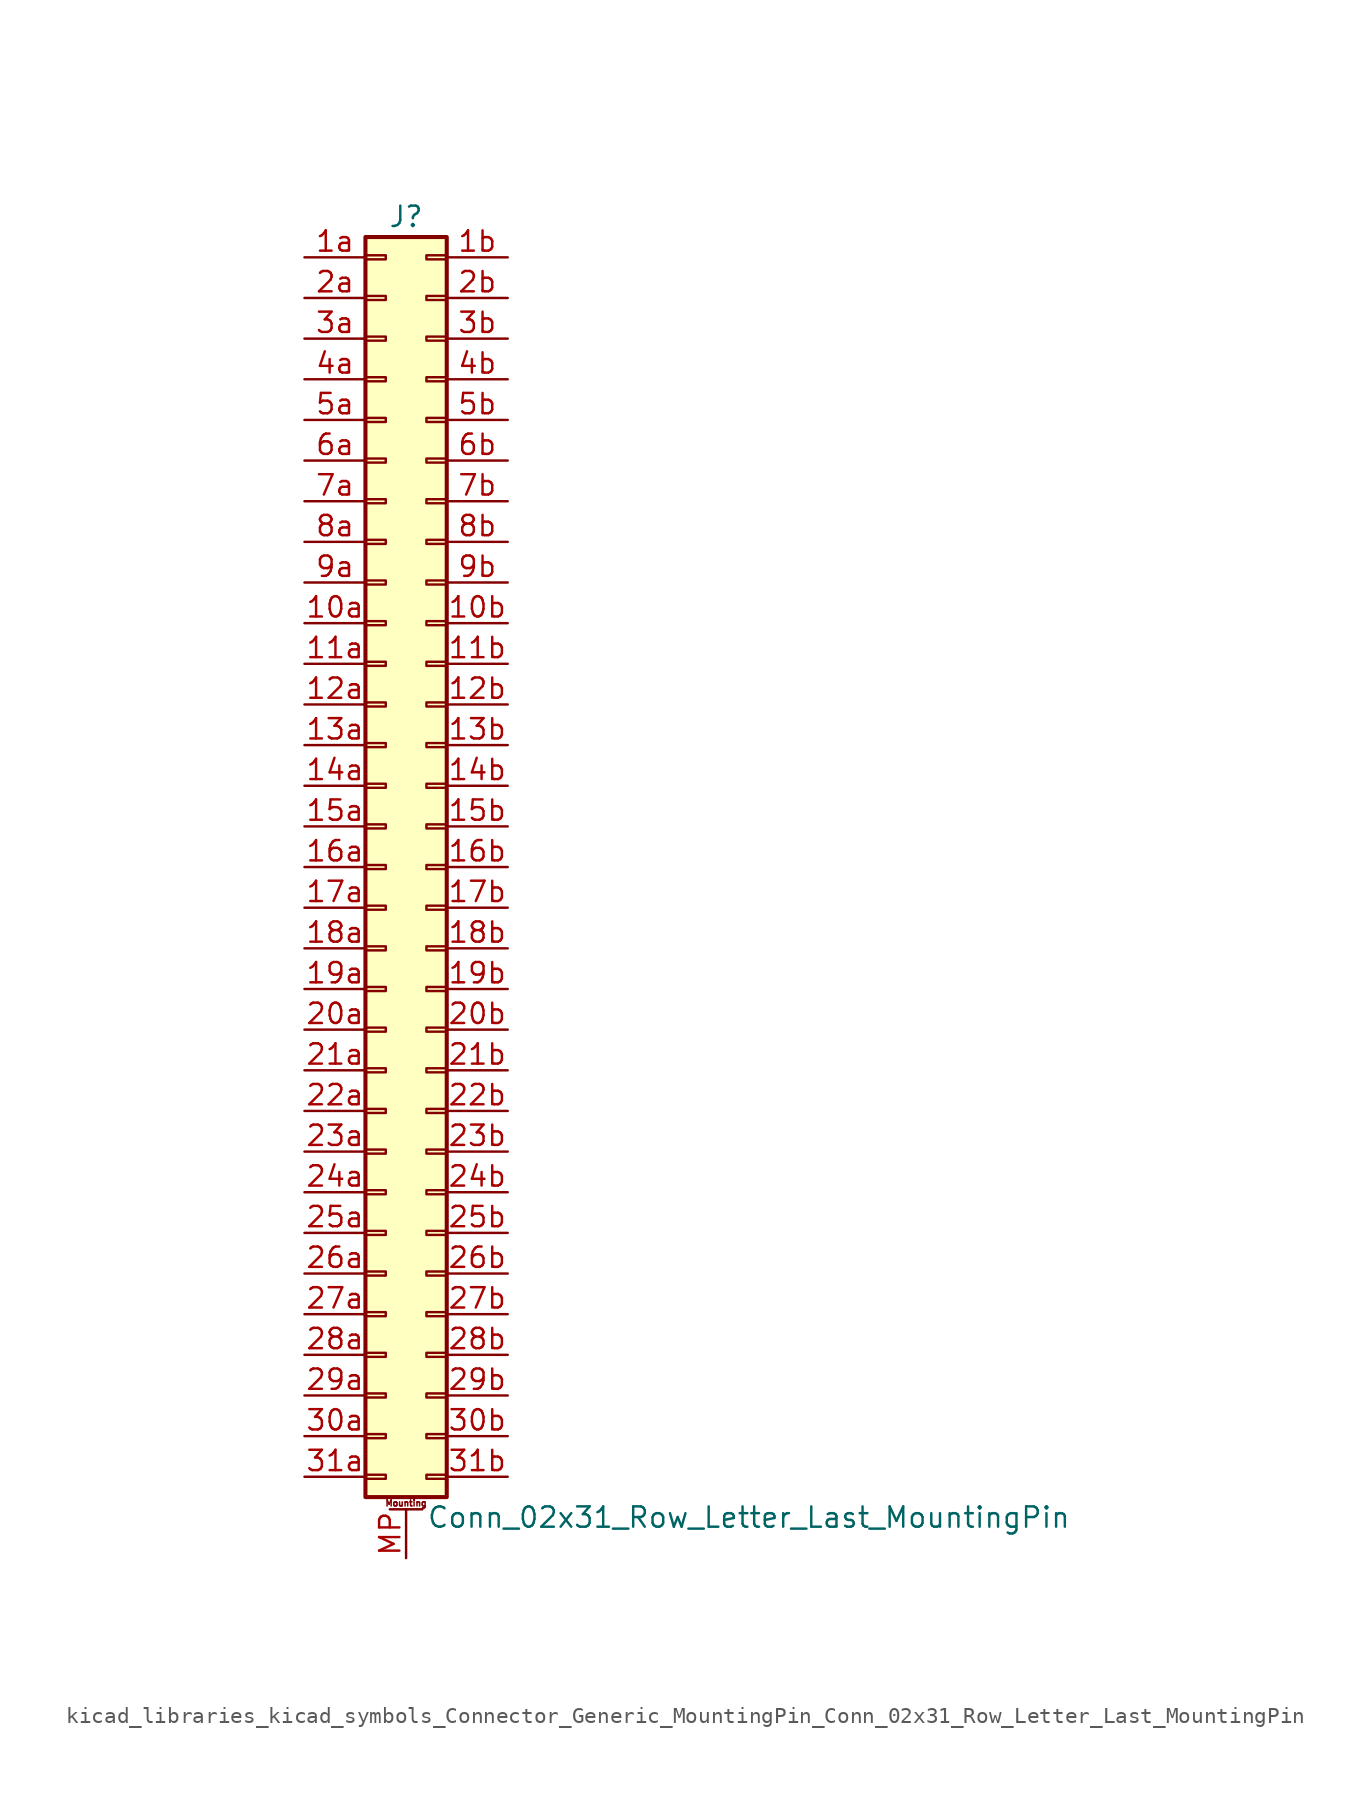
<source format=kicad_sym>
(kicad_symbol_lib
  (version 20220914)
  (generator kicad_symbol_editor)
  (symbol "kicad_libraries_kicad_symbols_Connector_Generic_MountingPin_Conn_02x31_Row_Letter_Last_MountingPin"
    (pin_names
      (offset 1.016) hide)
    (property "Reference" "J"
      (at 1.27 40.64 0)
      (effects (font (size 1.27 1.27))))
    (property "Value" "Conn_02x31_Row_Letter_Last_MountingPin"
      (at 2.54 -40.64 0)
      (effects (font (size 1.27 1.27)) (justify left)))
    (symbol "kicad_libraries_kicad_symbols_Connector_Generic_MountingPin_Conn_02x31_Row_Letter_Last_MountingPin_1_1"
      (rectangle (start -1.27 -37.973) (end 0 -38.227) (stroke (width 0.152) (type default)) (fill (type none)))
      (rectangle (start -1.27 -35.433) (end 0 -35.687) (stroke (width 0.152) (type default)) (fill (type none)))
      (rectangle (start -1.27 -32.893) (end 0 -33.147) (stroke (width 0.152) (type default)) (fill (type none)))
      (rectangle (start -1.27 -30.353) (end 0 -30.607) (stroke (width 0.152) (type default)) (fill (type none)))
      (rectangle (start -1.27 -27.813) (end 0 -28.067) (stroke (width 0.152) (type default)) (fill (type none)))
      (rectangle (start -1.27 -25.273) (end 0 -25.527) (stroke (width 0.152) (type default)) (fill (type none)))
      (rectangle (start -1.27 -22.733) (end 0 -22.987) (stroke (width 0.152) (type default)) (fill (type none)))
      (rectangle (start -1.27 -20.193) (end 0 -20.447) (stroke (width 0.152) (type default)) (fill (type none)))
      (rectangle (start -1.27 -17.653) (end 0 -17.907) (stroke (width 0.152) (type default)) (fill (type none)))
      (rectangle (start -1.27 -15.113) (end 0 -15.367) (stroke (width 0.152) (type default)) (fill (type none)))
      (rectangle (start -1.27 -12.573) (end 0 -12.827) (stroke (width 0.152) (type default)) (fill (type none)))
      (rectangle (start -1.27 -10.033) (end 0 -10.287) (stroke (width 0.152) (type default)) (fill (type none)))
      (rectangle (start -1.27 -7.493) (end 0 -7.747) (stroke (width 0.152) (type default)) (fill (type none)))
      (rectangle (start -1.27 -4.953) (end 0 -5.207) (stroke (width 0.152) (type default)) (fill (type none)))
      (rectangle (start -1.27 -2.413) (end 0 -2.667) (stroke (width 0.152) (type default)) (fill (type none)))
      (rectangle (start -1.27 0.127) (end 0 -0.127) (stroke (width 0.152) (type default)) (fill (type none)))
      (rectangle (start -1.27 2.667) (end 0 2.413) (stroke (width 0.152) (type default)) (fill (type none)))
      (rectangle (start -1.27 5.207) (end 0 4.953) (stroke (width 0.152) (type default)) (fill (type none)))
      (rectangle (start -1.27 7.747) (end 0 7.493) (stroke (width 0.152) (type default)) (fill (type none)))
      (rectangle (start -1.27 10.287) (end 0 10.033) (stroke (width 0.152) (type default)) (fill (type none)))
      (rectangle (start -1.27 12.827) (end 0 12.573) (stroke (width 0.152) (type default)) (fill (type none)))
      (rectangle (start -1.27 15.367) (end 0 15.113) (stroke (width 0.152) (type default)) (fill (type none)))
      (rectangle (start -1.27 17.907) (end 0 17.653) (stroke (width 0.152) (type default)) (fill (type none)))
      (rectangle (start -1.27 20.447) (end 0 20.193) (stroke (width 0.152) (type default)) (fill (type none)))
      (rectangle (start -1.27 22.987) (end 0 22.733) (stroke (width 0.152) (type default)) (fill (type none)))
      (rectangle (start -1.27 25.527) (end 0 25.273) (stroke (width 0.152) (type default)) (fill (type none)))
      (rectangle (start -1.27 28.067) (end 0 27.813) (stroke (width 0.152) (type default)) (fill (type none)))
      (rectangle (start -1.27 30.607) (end 0 30.353) (stroke (width 0.152) (type default)) (fill (type none)))
      (rectangle (start -1.27 33.147) (end 0 32.893) (stroke (width 0.152) (type default)) (fill (type none)))
      (rectangle (start -1.27 35.687) (end 0 35.433) (stroke (width 0.152) (type default)) (fill (type none)))
      (rectangle (start -1.27 38.227) (end 0 37.973) (stroke (width 0.152) (type default)) (fill (type none)))
      (rectangle (start -1.27 39.37) (end 3.81 -39.37) (stroke (width 0.254) (type default)) (fill (type background)))
      (polyline (pts (xy 0.254 -40.132) (xy 2.286 -40.132)) (stroke (width 0.152) (type default)) (fill (type none)))
      (rectangle (start 3.81 -37.973) (end 2.54 -38.227) (stroke (width 0.152) (type default)) (fill (type none)))
      (rectangle (start 3.81 -35.433) (end 2.54 -35.687) (stroke (width 0.152) (type default)) (fill (type none)))
      (rectangle (start 3.81 -32.893) (end 2.54 -33.147) (stroke (width 0.152) (type default)) (fill (type none)))
      (rectangle (start 3.81 -30.353) (end 2.54 -30.607) (stroke (width 0.152) (type default)) (fill (type none)))
      (rectangle (start 3.81 -27.813) (end 2.54 -28.067) (stroke (width 0.152) (type default)) (fill (type none)))
      (rectangle (start 3.81 -25.273) (end 2.54 -25.527) (stroke (width 0.152) (type default)) (fill (type none)))
      (rectangle (start 3.81 -22.733) (end 2.54 -22.987) (stroke (width 0.152) (type default)) (fill (type none)))
      (rectangle (start 3.81 -20.193) (end 2.54 -20.447) (stroke (width 0.152) (type default)) (fill (type none)))
      (rectangle (start 3.81 -17.653) (end 2.54 -17.907) (stroke (width 0.152) (type default)) (fill (type none)))
      (rectangle (start 3.81 -15.113) (end 2.54 -15.367) (stroke (width 0.152) (type default)) (fill (type none)))
      (rectangle (start 3.81 -12.573) (end 2.54 -12.827) (stroke (width 0.152) (type default)) (fill (type none)))
      (rectangle (start 3.81 -10.033) (end 2.54 -10.287) (stroke (width 0.152) (type default)) (fill (type none)))
      (rectangle (start 3.81 -7.493) (end 2.54 -7.747) (stroke (width 0.152) (type default)) (fill (type none)))
      (rectangle (start 3.81 -4.953) (end 2.54 -5.207) (stroke (width 0.152) (type default)) (fill (type none)))
      (rectangle (start 3.81 -2.413) (end 2.54 -2.667) (stroke (width 0.152) (type default)) (fill (type none)))
      (rectangle (start 3.81 0.127) (end 2.54 -0.127) (stroke (width 0.152) (type default)) (fill (type none)))
      (rectangle (start 3.81 2.667) (end 2.54 2.413) (stroke (width 0.152) (type default)) (fill (type none)))
      (rectangle (start 3.81 5.207) (end 2.54 4.953) (stroke (width 0.152) (type default)) (fill (type none)))
      (rectangle (start 3.81 7.747) (end 2.54 7.493) (stroke (width 0.152) (type default)) (fill (type none)))
      (rectangle (start 3.81 10.287) (end 2.54 10.033) (stroke (width 0.152) (type default)) (fill (type none)))
      (rectangle (start 3.81 12.827) (end 2.54 12.573) (stroke (width 0.152) (type default)) (fill (type none)))
      (rectangle (start 3.81 15.367) (end 2.54 15.113) (stroke (width 0.152) (type default)) (fill (type none)))
      (rectangle (start 3.81 17.907) (end 2.54 17.653) (stroke (width 0.152) (type default)) (fill (type none)))
      (rectangle (start 3.81 20.447) (end 2.54 20.193) (stroke (width 0.152) (type default)) (fill (type none)))
      (rectangle (start 3.81 22.987) (end 2.54 22.733) (stroke (width 0.152) (type default)) (fill (type none)))
      (rectangle (start 3.81 25.527) (end 2.54 25.273) (stroke (width 0.152) (type default)) (fill (type none)))
      (rectangle (start 3.81 28.067) (end 2.54 27.813) (stroke (width 0.152) (type default)) (fill (type none)))
      (rectangle (start 3.81 30.607) (end 2.54 30.353) (stroke (width 0.152) (type default)) (fill (type none)))
      (rectangle (start 3.81 33.147) (end 2.54 32.893) (stroke (width 0.152) (type default)) (fill (type none)))
      (rectangle (start 3.81 35.687) (end 2.54 35.433) (stroke (width 0.152) (type default)) (fill (type none)))
      (rectangle (start 3.81 38.227) (end 2.54 37.973) (stroke (width 0.152) (type default)) (fill (type none)))
      (text "Mounting" (at 1.27 -39.751 0) (effects (font (size 0.381 0.381))))
      (pin passive line (at -5.08 15.24 0) (length 3.81) (name "Pin_10a" (effects (font (size 1.27 1.27)))) (number "10a" (effects (font (size 1.27 1.27)))))
      (pin passive line (at 7.62 15.24 180) (length 3.81) (name "Pin_10b" (effects (font (size 1.27 1.27)))) (number "10b" (effects (font (size 1.27 1.27)))))
      (pin passive line (at -5.08 12.7 0) (length 3.81) (name "Pin_11a" (effects (font (size 1.27 1.27)))) (number "11a" (effects (font (size 1.27 1.27)))))
      (pin passive line (at 7.62 12.7 180) (length 3.81) (name "Pin_11b" (effects (font (size 1.27 1.27)))) (number "11b" (effects (font (size 1.27 1.27)))))
      (pin passive line (at -5.08 10.16 0) (length 3.81) (name "Pin_12a" (effects (font (size 1.27 1.27)))) (number "12a" (effects (font (size 1.27 1.27)))))
      (pin passive line (at 7.62 10.16 180) (length 3.81) (name "Pin_12b" (effects (font (size 1.27 1.27)))) (number "12b" (effects (font (size 1.27 1.27)))))
      (pin passive line (at -5.08 7.62 0) (length 3.81) (name "Pin_13a" (effects (font (size 1.27 1.27)))) (number "13a" (effects (font (size 1.27 1.27)))))
      (pin passive line (at 7.62 7.62 180) (length 3.81) (name "Pin_13b" (effects (font (size 1.27 1.27)))) (number "13b" (effects (font (size 1.27 1.27)))))
      (pin passive line (at -5.08 5.08 0) (length 3.81) (name "Pin_14a" (effects (font (size 1.27 1.27)))) (number "14a" (effects (font (size 1.27 1.27)))))
      (pin passive line (at 7.62 5.08 180) (length 3.81) (name "Pin_14b" (effects (font (size 1.27 1.27)))) (number "14b" (effects (font (size 1.27 1.27)))))
      (pin passive line (at -5.08 2.54 0) (length 3.81) (name "Pin_15a" (effects (font (size 1.27 1.27)))) (number "15a" (effects (font (size 1.27 1.27)))))
      (pin passive line (at 7.62 2.54 180) (length 3.81) (name "Pin_15b" (effects (font (size 1.27 1.27)))) (number "15b" (effects (font (size 1.27 1.27)))))
      (pin passive line (at -5.08 0 0) (length 3.81) (name "Pin_16a" (effects (font (size 1.27 1.27)))) (number "16a" (effects (font (size 1.27 1.27)))))
      (pin passive line (at 7.62 0 180) (length 3.81) (name "Pin_16b" (effects (font (size 1.27 1.27)))) (number "16b" (effects (font (size 1.27 1.27)))))
      (pin passive line (at -5.08 -2.54 0) (length 3.81) (name "Pin_17a" (effects (font (size 1.27 1.27)))) (number "17a" (effects (font (size 1.27 1.27)))))
      (pin passive line (at 7.62 -2.54 180) (length 3.81) (name "Pin_17b" (effects (font (size 1.27 1.27)))) (number "17b" (effects (font (size 1.27 1.27)))))
      (pin passive line (at -5.08 -5.08 0) (length 3.81) (name "Pin_18a" (effects (font (size 1.27 1.27)))) (number "18a" (effects (font (size 1.27 1.27)))))
      (pin passive line (at 7.62 -5.08 180) (length 3.81) (name "Pin_18b" (effects (font (size 1.27 1.27)))) (number "18b" (effects (font (size 1.27 1.27)))))
      (pin passive line (at -5.08 -7.62 0) (length 3.81) (name "Pin_19a" (effects (font (size 1.27 1.27)))) (number "19a" (effects (font (size 1.27 1.27)))))
      (pin passive line (at 7.62 -7.62 180) (length 3.81) (name "Pin_19b" (effects (font (size 1.27 1.27)))) (number "19b" (effects (font (size 1.27 1.27)))))
      (pin passive line (at -5.08 38.1 0) (length 3.81) (name "Pin_1a" (effects (font (size 1.27 1.27)))) (number "1a" (effects (font (size 1.27 1.27)))))
      (pin passive line (at 7.62 38.1 180) (length 3.81) (name "Pin_1b" (effects (font (size 1.27 1.27)))) (number "1b" (effects (font (size 1.27 1.27)))))
      (pin passive line (at -5.08 -10.16 0) (length 3.81) (name "Pin_20a" (effects (font (size 1.27 1.27)))) (number "20a" (effects (font (size 1.27 1.27)))))
      (pin passive line (at 7.62 -10.16 180) (length 3.81) (name "Pin_20b" (effects (font (size 1.27 1.27)))) (number "20b" (effects (font (size 1.27 1.27)))))
      (pin passive line (at -5.08 -12.7 0) (length 3.81) (name "Pin_21a" (effects (font (size 1.27 1.27)))) (number "21a" (effects (font (size 1.27 1.27)))))
      (pin passive line (at 7.62 -12.7 180) (length 3.81) (name "Pin_21b" (effects (font (size 1.27 1.27)))) (number "21b" (effects (font (size 1.27 1.27)))))
      (pin passive line (at -5.08 -15.24 0) (length 3.81) (name "Pin_22a" (effects (font (size 1.27 1.27)))) (number "22a" (effects (font (size 1.27 1.27)))))
      (pin passive line (at 7.62 -15.24 180) (length 3.81) (name "Pin_22b" (effects (font (size 1.27 1.27)))) (number "22b" (effects (font (size 1.27 1.27)))))
      (pin passive line (at -5.08 -17.78 0) (length 3.81) (name "Pin_23a" (effects (font (size 1.27 1.27)))) (number "23a" (effects (font (size 1.27 1.27)))))
      (pin passive line (at 7.62 -17.78 180) (length 3.81) (name "Pin_23b" (effects (font (size 1.27 1.27)))) (number "23b" (effects (font (size 1.27 1.27)))))
      (pin passive line (at -5.08 -20.32 0) (length 3.81) (name "Pin_24a" (effects (font (size 1.27 1.27)))) (number "24a" (effects (font (size 1.27 1.27)))))
      (pin passive line (at 7.62 -20.32 180) (length 3.81) (name "Pin_24b" (effects (font (size 1.27 1.27)))) (number "24b" (effects (font (size 1.27 1.27)))))
      (pin passive line (at -5.08 -22.86 0) (length 3.81) (name "Pin_25a" (effects (font (size 1.27 1.27)))) (number "25a" (effects (font (size 1.27 1.27)))))
      (pin passive line (at 7.62 -22.86 180) (length 3.81) (name "Pin_25b" (effects (font (size 1.27 1.27)))) (number "25b" (effects (font (size 1.27 1.27)))))
      (pin passive line (at -5.08 -25.4 0) (length 3.81) (name "Pin_26a" (effects (font (size 1.27 1.27)))) (number "26a" (effects (font (size 1.27 1.27)))))
      (pin passive line (at 7.62 -25.4 180) (length 3.81) (name "Pin_26b" (effects (font (size 1.27 1.27)))) (number "26b" (effects (font (size 1.27 1.27)))))
      (pin passive line (at -5.08 -27.94 0) (length 3.81) (name "Pin_27a" (effects (font (size 1.27 1.27)))) (number "27a" (effects (font (size 1.27 1.27)))))
      (pin passive line (at 7.62 -27.94 180) (length 3.81) (name "Pin_27b" (effects (font (size 1.27 1.27)))) (number "27b" (effects (font (size 1.27 1.27)))))
      (pin passive line (at -5.08 -30.48 0) (length 3.81) (name "Pin_28a" (effects (font (size 1.27 1.27)))) (number "28a" (effects (font (size 1.27 1.27)))))
      (pin passive line (at 7.62 -30.48 180) (length 3.81) (name "Pin_28b" (effects (font (size 1.27 1.27)))) (number "28b" (effects (font (size 1.27 1.27)))))
      (pin passive line (at -5.08 -33.02 0) (length 3.81) (name "Pin_29a" (effects (font (size 1.27 1.27)))) (number "29a" (effects (font (size 1.27 1.27)))))
      (pin passive line (at 7.62 -33.02 180) (length 3.81) (name "Pin_29b" (effects (font (size 1.27 1.27)))) (number "29b" (effects (font (size 1.27 1.27)))))
      (pin passive line (at -5.08 35.56 0) (length 3.81) (name "Pin_2a" (effects (font (size 1.27 1.27)))) (number "2a" (effects (font (size 1.27 1.27)))))
      (pin passive line (at 7.62 35.56 180) (length 3.81) (name "Pin_2b" (effects (font (size 1.27 1.27)))) (number "2b" (effects (font (size 1.27 1.27)))))
      (pin passive line (at -5.08 -35.56 0) (length 3.81) (name "Pin_30a" (effects (font (size 1.27 1.27)))) (number "30a" (effects (font (size 1.27 1.27)))))
      (pin passive line (at 7.62 -35.56 180) (length 3.81) (name "Pin_30b" (effects (font (size 1.27 1.27)))) (number "30b" (effects (font (size 1.27 1.27)))))
      (pin passive line (at -5.08 -38.1 0) (length 3.81) (name "Pin_31a" (effects (font (size 1.27 1.27)))) (number "31a" (effects (font (size 1.27 1.27)))))
      (pin passive line (at 7.62 -38.1 180) (length 3.81) (name "Pin_31b" (effects (font (size 1.27 1.27)))) (number "31b" (effects (font (size 1.27 1.27)))))
      (pin passive line (at -5.08 33.02 0) (length 3.81) (name "Pin_3a" (effects (font (size 1.27 1.27)))) (number "3a" (effects (font (size 1.27 1.27)))))
      (pin passive line (at 7.62 33.02 180) (length 3.81) (name "Pin_3b" (effects (font (size 1.27 1.27)))) (number "3b" (effects (font (size 1.27 1.27)))))
      (pin passive line (at -5.08 30.48 0) (length 3.81) (name "Pin_4a" (effects (font (size 1.27 1.27)))) (number "4a" (effects (font (size 1.27 1.27)))))
      (pin passive line (at 7.62 30.48 180) (length 3.81) (name "Pin_4b" (effects (font (size 1.27 1.27)))) (number "4b" (effects (font (size 1.27 1.27)))))
      (pin passive line (at -5.08 27.94 0) (length 3.81) (name "Pin_5a" (effects (font (size 1.27 1.27)))) (number "5a" (effects (font (size 1.27 1.27)))))
      (pin passive line (at 7.62 27.94 180) (length 3.81) (name "Pin_5b" (effects (font (size 1.27 1.27)))) (number "5b" (effects (font (size 1.27 1.27)))))
      (pin passive line (at -5.08 25.4 0) (length 3.81) (name "Pin_6a" (effects (font (size 1.27 1.27)))) (number "6a" (effects (font (size 1.27 1.27)))))
      (pin passive line (at 7.62 25.4 180) (length 3.81) (name "Pin_6b" (effects (font (size 1.27 1.27)))) (number "6b" (effects (font (size 1.27 1.27)))))
      (pin passive line (at -5.08 22.86 0) (length 3.81) (name "Pin_7a" (effects (font (size 1.27 1.27)))) (number "7a" (effects (font (size 1.27 1.27)))))
      (pin passive line (at 7.62 22.86 180) (length 3.81) (name "Pin_7b" (effects (font (size 1.27 1.27)))) (number "7b" (effects (font (size 1.27 1.27)))))
      (pin passive line (at -5.08 20.32 0) (length 3.81) (name "Pin_8a" (effects (font (size 1.27 1.27)))) (number "8a" (effects (font (size 1.27 1.27)))))
      (pin passive line (at 7.62 20.32 180) (length 3.81) (name "Pin_8b" (effects (font (size 1.27 1.27)))) (number "8b" (effects (font (size 1.27 1.27)))))
      (pin passive line (at -5.08 17.78 0) (length 3.81) (name "Pin_9a" (effects (font (size 1.27 1.27)))) (number "9a" (effects (font (size 1.27 1.27)))))
      (pin passive line (at 7.62 17.78 180) (length 3.81) (name "Pin_9b" (effects (font (size 1.27 1.27)))) (number "9b" (effects (font (size 1.27 1.27)))))
      (pin passive line (at 1.27 -43.18 90) (length 3.048) (name "MountPin" (effects (font (size 1.27 1.27)))) (number "MP" (effects (font (size 1.27 1.27))))))))
</source>
